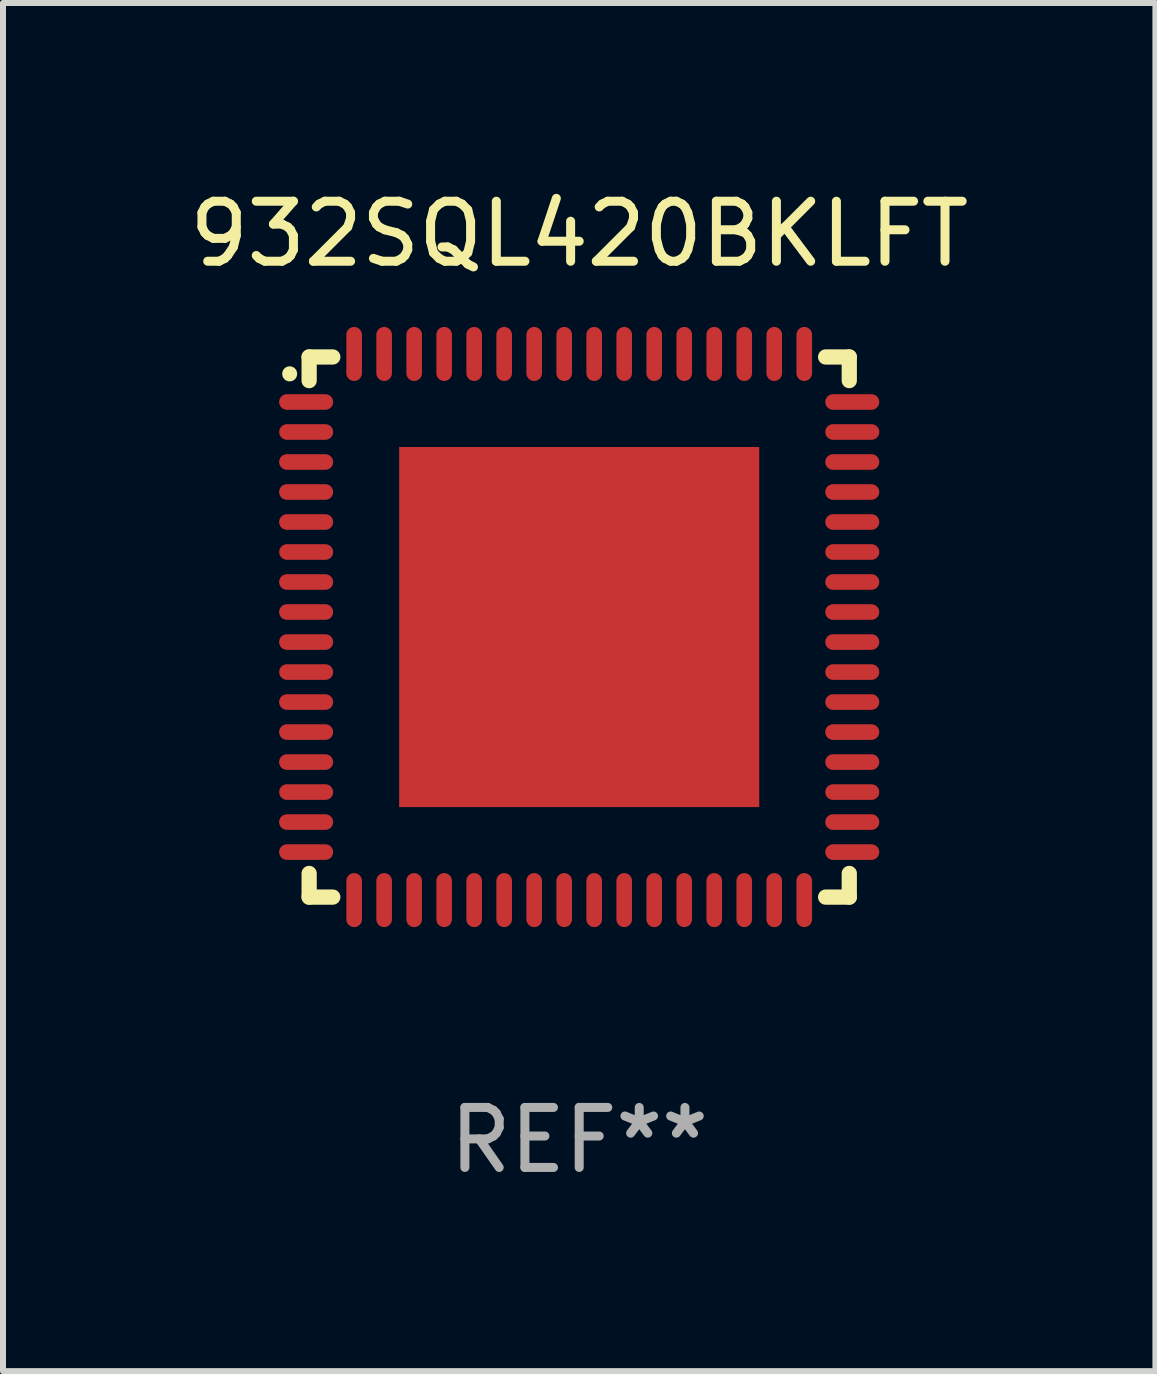
<source format=kicad_pcb>
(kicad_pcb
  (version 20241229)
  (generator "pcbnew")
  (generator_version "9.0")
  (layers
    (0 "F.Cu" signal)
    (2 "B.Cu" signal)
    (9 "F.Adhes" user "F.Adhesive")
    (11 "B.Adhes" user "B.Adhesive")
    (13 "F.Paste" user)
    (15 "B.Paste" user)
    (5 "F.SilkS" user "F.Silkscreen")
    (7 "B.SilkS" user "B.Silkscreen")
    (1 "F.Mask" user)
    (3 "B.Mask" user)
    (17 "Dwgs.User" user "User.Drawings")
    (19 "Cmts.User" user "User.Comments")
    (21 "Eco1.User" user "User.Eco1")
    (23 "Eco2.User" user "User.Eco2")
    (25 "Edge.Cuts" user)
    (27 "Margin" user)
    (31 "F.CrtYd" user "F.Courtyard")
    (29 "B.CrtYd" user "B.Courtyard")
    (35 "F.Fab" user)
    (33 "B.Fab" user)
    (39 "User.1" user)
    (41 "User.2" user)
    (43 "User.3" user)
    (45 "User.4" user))
  (footprint "932SQL420BKLFT"
    (layer "F.Cu")
    (at 6.601 7.398)
    (property "Reference" "932SQL420BKLFT" (at 0 -6.55 0) (layer "F.SilkS") (effects (font (size 1 1) (thickness 0.15))))
    (attr through_hole)
    (fp_line (start -4.5 -4.5) (end -4.106 -4.5) (stroke (width 0.254) (type solid)) (layer "F.SilkS"))
    (fp_line (start -4.5 -4.106) (end -4.5 -4.5) (stroke (width 0.254) (type solid)) (layer "F.SilkS"))
    (fp_line (start -4.5 4.5) (end -4.5 4.106) (stroke (width 0.254) (type solid)) (layer "F.SilkS"))
    (fp_line (start -4.106 4.5) (end -4.5 4.5) (stroke (width 0.254) (type solid)) (layer "F.SilkS"))
    (fp_line (start 4.106 -4.5) (end 4.5 -4.5) (stroke (width 0.254) (type solid)) (layer "F.SilkS"))
    (fp_line (start 4.5 -4.5) (end 4.5 -4.106) (stroke (width 0.254) (type solid)) (layer "F.SilkS"))
    (fp_line (start 4.5 4.106) (end 4.5 4.5) (stroke (width 0.254) (type solid)) (layer "F.SilkS"))
    (fp_line (start 4.5 4.5) (end 4.106 4.5) (stroke (width 0.254) (type solid)) (layer "F.SilkS"))
    (fp_arc (start -4.824308 -4.217501) (mid -4.824314 -4.218771) (end -4.824308 -4.220041) (stroke (width 0.24892) (type solid)) (layer "F.SilkS"))
    (fp_text user "REF**" (at 0 8.55 0) (layer "F.Fab") (effects (font (size 1 1) (thickness 0.15))))
    (pad "1" smd oval (at -4.55 -3.75) (size 0.9 0.26) (layers "F.Cu" "F.Mask" "F.Paste"))
    (pad "2" smd oval (at -4.55 -3.25) (size 0.9 0.26) (layers "F.Cu" "F.Mask" "F.Paste"))
    (pad "3" smd oval (at -4.55 -2.75) (size 0.9 0.26) (layers "F.Cu" "F.Mask" "F.Paste"))
    (pad "4" smd oval (at -4.55 -2.25) (size 0.9 0.26) (layers "F.Cu" "F.Mask" "F.Paste"))
    (pad "5" smd oval (at -4.55 -1.75) (size 0.9 0.26) (layers "F.Cu" "F.Mask" "F.Paste"))
    (pad "6" smd oval (at -4.55 -1.25) (size 0.9 0.26) (layers "F.Cu" "F.Mask" "F.Paste"))
    (pad "7" smd oval (at -4.55 -0.75) (size 0.9 0.26) (layers "F.Cu" "F.Mask" "F.Paste"))
    (pad "8" smd oval (at -4.55 -0.25) (size 0.9 0.26) (layers "F.Cu" "F.Mask" "F.Paste"))
    (pad "9" smd oval (at -4.55 0.25) (size 0.9 0.26) (layers "F.Cu" "F.Mask" "F.Paste"))
    (pad "10" smd oval (at -4.55 0.75) (size 0.9 0.26) (layers "F.Cu" "F.Mask" "F.Paste"))
    (pad "11" smd oval (at -4.55 1.25) (size 0.9 0.26) (layers "F.Cu" "F.Mask" "F.Paste"))
    (pad "12" smd oval (at -4.55 1.75) (size 0.9 0.26) (layers "F.Cu" "F.Mask" "F.Paste"))
    (pad "13" smd oval (at -4.55 2.25) (size 0.9 0.26) (layers "F.Cu" "F.Mask" "F.Paste"))
    (pad "14" smd oval (at -4.55 2.75) (size 0.9 0.26) (layers "F.Cu" "F.Mask" "F.Paste"))
    (pad "15" smd oval (at -4.55 3.25) (size 0.9 0.26) (layers "F.Cu" "F.Mask" "F.Paste"))
    (pad "16" smd oval (at -4.55 3.75) (size 0.9 0.26) (layers "F.Cu" "F.Mask" "F.Paste"))
    (pad "17" smd oval (at -3.75 4.55) (size 0.26 0.9) (layers "F.Cu" "F.Mask" "F.Paste"))
    (pad "18" smd oval (at -3.25 4.55) (size 0.26 0.9) (layers "F.Cu" "F.Mask" "F.Paste"))
    (pad "19" smd oval (at -2.75 4.55) (size 0.26 0.9) (layers "F.Cu" "F.Mask" "F.Paste"))
    (pad "20" smd oval (at -2.25 4.55) (size 0.26 0.9) (layers "F.Cu" "F.Mask" "F.Paste"))
    (pad "21" smd oval (at -1.75 4.55) (size 0.26 0.9) (layers "F.Cu" "F.Mask" "F.Paste"))
    (pad "22" smd oval (at -1.25 4.55) (size 0.26 0.9) (layers "F.Cu" "F.Mask" "F.Paste"))
    (pad "23" smd oval (at -0.75 4.55) (size 0.26 0.9) (layers "F.Cu" "F.Mask" "F.Paste"))
    (pad "24" smd oval (at -0.25 4.55) (size 0.26 0.9) (layers "F.Cu" "F.Mask" "F.Paste"))
    (pad "25" smd oval (at 0.25 4.55) (size 0.26 0.9) (layers "F.Cu" "F.Mask" "F.Paste"))
    (pad "26" smd oval (at 0.75 4.55) (size 0.26 0.9) (layers "F.Cu" "F.Mask" "F.Paste"))
    (pad "27" smd oval (at 1.25 4.55) (size 0.26 0.9) (layers "F.Cu" "F.Mask" "F.Paste"))
    (pad "28" smd oval (at 1.75 4.55) (size 0.26 0.9) (layers "F.Cu" "F.Mask" "F.Paste"))
    (pad "29" smd oval (at 2.25 4.55) (size 0.26 0.9) (layers "F.Cu" "F.Mask" "F.Paste"))
    (pad "30" smd oval (at 2.75 4.55) (size 0.26 0.9) (layers "F.Cu" "F.Mask" "F.Paste"))
    (pad "31" smd oval (at 3.25 4.55) (size 0.26 0.9) (layers "F.Cu" "F.Mask" "F.Paste"))
    (pad "32" smd oval (at 3.75 4.55) (size 0.26 0.9) (layers "F.Cu" "F.Mask" "F.Paste"))
    (pad "33" smd oval (at 4.55 3.75) (size 0.9 0.26) (layers "F.Cu" "F.Mask" "F.Paste"))
    (pad "34" smd oval (at 4.55 3.25) (size 0.9 0.26) (layers "F.Cu" "F.Mask" "F.Paste"))
    (pad "35" smd oval (at 4.55 2.75) (size 0.9 0.26) (layers "F.Cu" "F.Mask" "F.Paste"))
    (pad "36" smd oval (at 4.55 2.25) (size 0.9 0.26) (layers "F.Cu" "F.Mask" "F.Paste"))
    (pad "37" smd oval (at 4.55 1.75) (size 0.9 0.26) (layers "F.Cu" "F.Mask" "F.Paste"))
    (pad "38" smd oval (at 4.55 1.25) (size 0.9 0.26) (layers "F.Cu" "F.Mask" "F.Paste"))
    (pad "39" smd oval (at 4.55 0.75) (size 0.9 0.26) (layers "F.Cu" "F.Mask" "F.Paste"))
    (pad "40" smd oval (at 4.55 0.25) (size 0.9 0.26) (layers "F.Cu" "F.Mask" "F.Paste"))
    (pad "41" smd oval (at 4.55 -0.25) (size 0.9 0.26) (layers "F.Cu" "F.Mask" "F.Paste"))
    (pad "42" smd oval (at 4.55 -0.75) (size 0.9 0.26) (layers "F.Cu" "F.Mask" "F.Paste"))
    (pad "43" smd oval (at 4.55 -1.25) (size 0.9 0.26) (layers "F.Cu" "F.Mask" "F.Paste"))
    (pad "44" smd oval (at 4.55 -1.75) (size 0.9 0.26) (layers "F.Cu" "F.Mask" "F.Paste"))
    (pad "45" smd oval (at 4.55 -2.25) (size 0.9 0.26) (layers "F.Cu" "F.Mask" "F.Paste"))
    (pad "46" smd oval (at 4.55 -2.75) (size 0.9 0.26) (layers "F.Cu" "F.Mask" "F.Paste"))
    (pad "47" smd oval (at 4.55 -3.25) (size 0.9 0.26) (layers "F.Cu" "F.Mask" "F.Paste"))
    (pad "48" smd oval (at 4.55 -3.75) (size 0.9 0.26) (layers "F.Cu" "F.Mask" "F.Paste"))
    (pad "49" smd oval (at 3.75 -4.55) (size 0.26 0.9) (layers "F.Cu" "F.Mask" "F.Paste"))
    (pad "50" smd oval (at 3.25 -4.55) (size 0.26 0.9) (layers "F.Cu" "F.Mask" "F.Paste"))
    (pad "51" smd oval (at 2.75 -4.55) (size 0.26 0.9) (layers "F.Cu" "F.Mask" "F.Paste"))
    (pad "52" smd oval (at 2.25 -4.55) (size 0.26 0.9) (layers "F.Cu" "F.Mask" "F.Paste"))
    (pad "53" smd oval (at 1.75 -4.55) (size 0.26 0.9) (layers "F.Cu" "F.Mask" "F.Paste"))
    (pad "54" smd oval (at 1.25 -4.55) (size 0.26 0.9) (layers "F.Cu" "F.Mask" "F.Paste"))
    (pad "55" smd oval (at 0.75 -4.55) (size 0.26 0.9) (layers "F.Cu" "F.Mask" "F.Paste"))
    (pad "56" smd oval (at 0.25 -4.55) (size 0.26 0.9) (layers "F.Cu" "F.Mask" "F.Paste"))
    (pad "57" smd oval (at -0.25 -4.55) (size 0.26 0.9) (layers "F.Cu" "F.Mask" "F.Paste"))
    (pad "58" smd oval (at -0.75 -4.55) (size 0.26 0.9) (layers "F.Cu" "F.Mask" "F.Paste"))
    (pad "59" smd oval (at -1.25 -4.55) (size 0.26 0.9) (layers "F.Cu" "F.Mask" "F.Paste"))
    (pad "60" smd oval (at -1.75 -4.55) (size 0.26 0.9) (layers "F.Cu" "F.Mask" "F.Paste"))
    (pad "61" smd oval (at -2.25 -4.55) (size 0.26 0.9) (layers "F.Cu" "F.Mask" "F.Paste"))
    (pad "62" smd oval (at -2.75 -4.55) (size 0.26 0.9) (layers "F.Cu" "F.Mask" "F.Paste"))
    (pad "63" smd oval (at -3.25 -4.55) (size 0.26 0.9) (layers "F.Cu" "F.Mask" "F.Paste"))
    (pad "64" smd oval (at -3.75 -4.55) (size 0.26 0.9) (layers "F.Cu" "F.Mask" "F.Paste"))
    (pad "65" smd rect (at 0 0.000381) (size 6 6) (layers "F.Cu" "F.Mask" "F.Paste")))
  (gr_rect
    (start -3 -3)
    (end 16.202 19.797)
    (stroke (width 0.1) (type default))
    (fill no)
    (layer "Edge.Cuts")))
</source>
